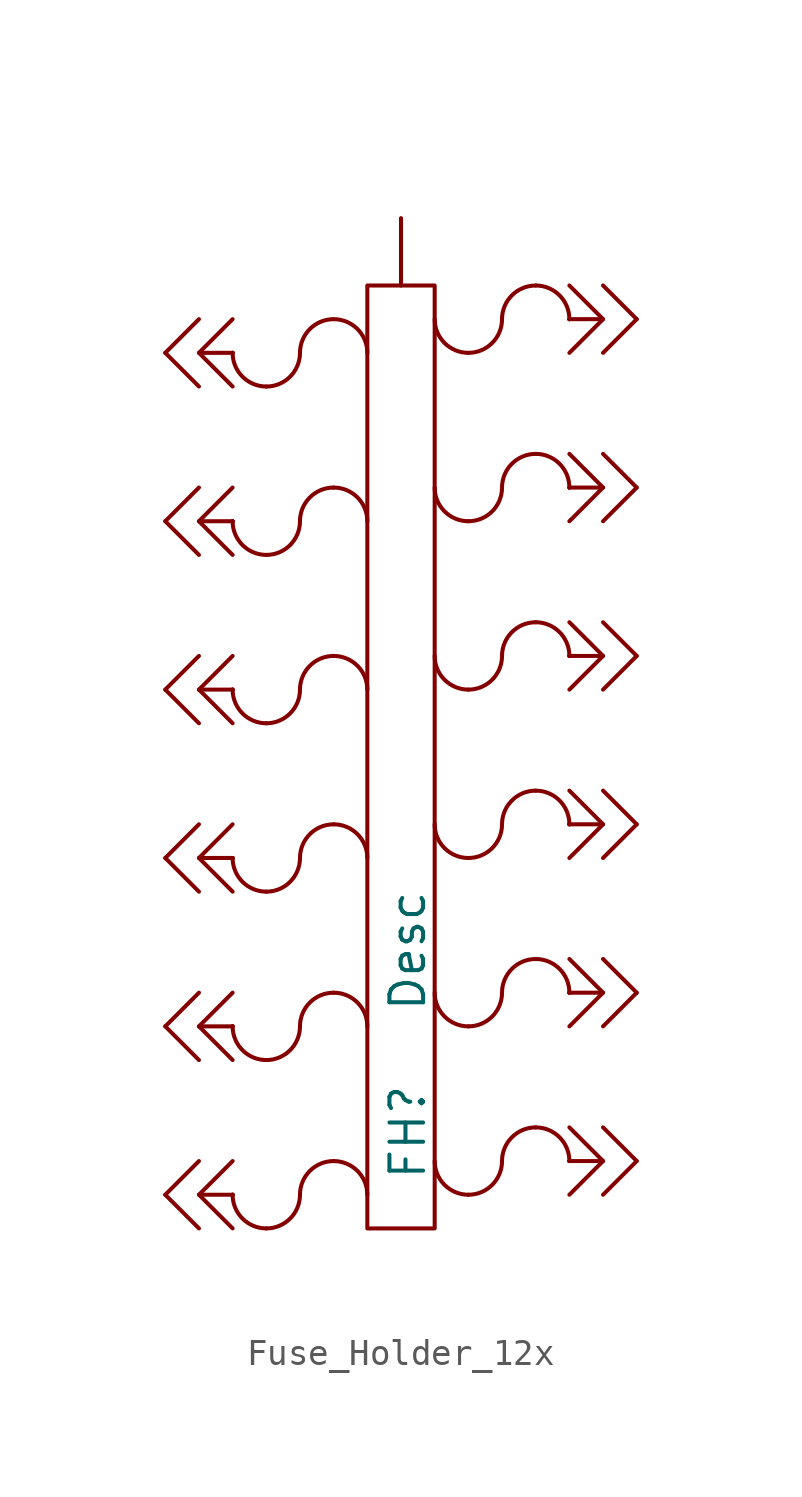
<source format=kicad_sym>
(kicad_symbol_lib
  (version 20231120)
  (generator "kicad_symbol_editor")
  (generator_version "8.0")
  (symbol "Fuse_Holder_12x"
    (pin_numbers hide)
    (pin_names
      (offset 0) hide)
    (property "Reference" "FH"
      (at 0.254 -16.002 90)
      (do_not_autoplace)
      (effects (font (size 1.27 1.27)) (justify left)))
    (property "Value" "Desc"
      (at 0.254 -9.652 90)
      (do_not_autoplace)
      (effects (font (size 1.27 1.27)) (justify left)))
    (symbol "Fuse_Holder_12x_0_1"
      (arc (start -6.35 -16.51) (mid -5.978 -17.408) (end -5.08 -17.78) (stroke (width 0) (type default)) (fill (type none)))
      (arc (start -6.35 -10.16) (mid -5.978 -11.058) (end -5.08 -11.43) (stroke (width 0) (type default)) (fill (type none)))
      (arc (start -6.35 -3.81) (mid -5.978 -4.708) (end -5.08 -5.08) (stroke (width 0) (type default)) (fill (type none)))
      (arc (start -6.35 2.54) (mid -5.978 1.642) (end -5.08 1.27) (stroke (width 0) (type default)) (fill (type none)))
      (arc (start -6.35 8.89) (mid -5.978 7.992) (end -5.08 7.62) (stroke (width 0) (type default)) (fill (type none)))
      (arc (start -6.35 15.24) (mid -5.978 14.342) (end -5.08 13.97) (stroke (width 0) (type default)) (fill (type none)))
      (arc (start -5.08 -17.78) (mid -4.182 -17.408) (end -3.81 -16.51) (stroke (width 0) (type default)) (fill (type none)))
      (arc (start -5.08 -11.43) (mid -4.182 -11.058) (end -3.81 -10.16) (stroke (width 0) (type default)) (fill (type none)))
      (arc (start -5.08 -5.08) (mid -4.182 -4.708) (end -3.81 -3.81) (stroke (width 0) (type default)) (fill (type none)))
      (arc (start -5.08 1.27) (mid -4.182 1.642) (end -3.81 2.54) (stroke (width 0) (type default)) (fill (type none)))
      (arc (start -5.08 7.62) (mid -4.182 7.992) (end -3.81 8.89) (stroke (width 0) (type default)) (fill (type none)))
      (arc (start -5.08 13.97) (mid -4.182 14.342) (end -3.81 15.24) (stroke (width 0) (type default)) (fill (type none)))
      (arc (start -2.54 -15.24) (mid -3.438 -15.612) (end -3.81 -16.51) (stroke (width 0) (type default)) (fill (type none)))
      (arc (start -2.54 -8.89) (mid -3.438 -9.262) (end -3.81 -10.16) (stroke (width 0) (type default)) (fill (type none)))
      (arc (start -2.54 -2.54) (mid -3.438 -2.912) (end -3.81 -3.81) (stroke (width 0) (type default)) (fill (type none)))
      (arc (start -2.54 3.81) (mid -3.438 3.438) (end -3.81 2.54) (stroke (width 0) (type default)) (fill (type none)))
      (arc (start -2.54 10.16) (mid -3.438 9.788) (end -3.81 8.89) (stroke (width 0) (type default)) (fill (type none)))
      (arc (start -2.54 16.51) (mid -3.438 16.138) (end -3.81 15.24) (stroke (width 0) (type default)) (fill (type none)))
      (arc (start -1.27 -16.51) (mid -1.642 -15.612) (end -2.54 -15.24) (stroke (width 0) (type default)) (fill (type none)))
      (arc (start -1.27 -10.16) (mid -1.642 -9.262) (end -2.54 -8.89) (stroke (width 0) (type default)) (fill (type none)))
      (arc (start -1.27 -3.81) (mid -1.642 -2.912) (end -2.54 -2.54) (stroke (width 0) (type default)) (fill (type none)))
      (arc (start -1.27 2.54) (mid -1.642 3.438) (end -2.54 3.81) (stroke (width 0) (type default)) (fill (type none)))
      (arc (start -1.27 8.89) (mid -1.642 9.788) (end -2.54 10.16) (stroke (width 0) (type default)) (fill (type none)))
      (arc (start -1.27 15.24) (mid -1.642 16.138) (end -2.54 16.51) (stroke (width 0) (type default)) (fill (type none)))
      (rectangle (start -1.27 17.78) (end 1.27 -17.78) (stroke (width 0) (type default)) (fill (type none)))
      (polyline (pts (xy -7.62 -15.24) (xy -8.89 -16.51) (xy -7.62 -17.78)) (stroke (width 0) (type default)) (fill (type none)))
      (polyline (pts (xy -7.62 -8.89) (xy -8.89 -10.16) (xy -7.62 -11.43)) (stroke (width 0) (type default)) (fill (type none)))
      (polyline (pts (xy -7.62 -2.54) (xy -8.89 -3.81) (xy -7.62 -5.08)) (stroke (width 0) (type default)) (fill (type none)))
      (polyline (pts (xy -7.62 3.81) (xy -8.89 2.54) (xy -7.62 1.27)) (stroke (width 0) (type default)) (fill (type none)))
      (polyline (pts (xy -7.62 10.16) (xy -8.89 8.89) (xy -7.62 7.62)) (stroke (width 0) (type default)) (fill (type none)))
      (polyline (pts (xy -7.62 16.51) (xy -8.89 15.24) (xy -7.62 13.97)) (stroke (width 0) (type default)) (fill (type none)))
      (polyline (pts (xy -6.35 -15.24) (xy -7.62 -16.51) (xy -6.35 -17.78)) (stroke (width 0) (type default)) (fill (type none)))
      (polyline (pts (xy -6.35 -8.89) (xy -7.62 -10.16) (xy -6.35 -11.43)) (stroke (width 0) (type default)) (fill (type none)))
      (polyline (pts (xy -6.35 -2.54) (xy -7.62 -3.81) (xy -6.35 -5.08)) (stroke (width 0) (type default)) (fill (type none)))
      (polyline (pts (xy -6.35 3.81) (xy -7.62 2.54) (xy -6.35 1.27)) (stroke (width 0) (type default)) (fill (type none)))
      (polyline (pts (xy -6.35 10.16) (xy -7.62 8.89) (xy -6.35 7.62)) (stroke (width 0) (type default)) (fill (type none)))
      (polyline (pts (xy -6.35 16.51) (xy -7.62 15.24) (xy -6.35 13.97)) (stroke (width 0) (type default)) (fill (type none)))
      (polyline (pts (xy 6.35 -16.51) (xy 7.62 -15.24) (xy 6.35 -13.97)) (stroke (width 0) (type default)) (fill (type none)))
      (polyline (pts (xy 6.35 -10.16) (xy 7.62 -8.89) (xy 6.35 -7.62)) (stroke (width 0) (type default)) (fill (type none)))
      (polyline (pts (xy 6.35 -3.81) (xy 7.62 -2.54) (xy 6.35 -1.27)) (stroke (width 0) (type default)) (fill (type none)))
      (polyline (pts (xy 6.35 2.54) (xy 7.62 3.81) (xy 6.35 5.08)) (stroke (width 0) (type default)) (fill (type none)))
      (polyline (pts (xy 6.35 8.89) (xy 7.62 10.16) (xy 6.35 11.43)) (stroke (width 0) (type default)) (fill (type none)))
      (polyline (pts (xy 6.35 15.24) (xy 7.62 16.51) (xy 6.35 17.78)) (stroke (width 0) (type default)) (fill (type none)))
      (polyline (pts (xy 7.62 -16.51) (xy 8.89 -15.24) (xy 7.62 -13.97)) (stroke (width 0) (type default)) (fill (type none)))
      (polyline (pts (xy 7.62 -10.16) (xy 8.89 -8.89) (xy 7.62 -7.62)) (stroke (width 0) (type default)) (fill (type none)))
      (polyline (pts (xy 7.62 -3.81) (xy 8.89 -2.54) (xy 7.62 -1.27)) (stroke (width 0) (type default)) (fill (type none)))
      (polyline (pts (xy 7.62 2.54) (xy 8.89 3.81) (xy 7.62 5.08)) (stroke (width 0) (type default)) (fill (type none)))
      (polyline (pts (xy 7.62 8.89) (xy 8.89 10.16) (xy 7.62 11.43)) (stroke (width 0) (type default)) (fill (type none)))
      (polyline (pts (xy 7.62 15.24) (xy 8.89 16.51) (xy 7.62 17.78)) (stroke (width 0) (type default)) (fill (type none)))
      (arc (start 1.27 -15.24) (mid 1.642 -16.138) (end 2.54 -16.51) (stroke (width 0) (type default)) (fill (type none)))
      (arc (start 1.27 -8.89) (mid 1.642 -9.788) (end 2.54 -10.16) (stroke (width 0) (type default)) (fill (type none)))
      (arc (start 1.27 -2.54) (mid 1.642 -3.438) (end 2.54 -3.81) (stroke (width 0) (type default)) (fill (type none)))
      (arc (start 1.27 3.81) (mid 1.642 2.912) (end 2.54 2.54) (stroke (width 0) (type default)) (fill (type none)))
      (arc (start 1.27 10.16) (mid 1.642 9.262) (end 2.54 8.89) (stroke (width 0) (type default)) (fill (type none)))
      (arc (start 1.27 16.51) (mid 1.642 15.612) (end 2.54 15.24) (stroke (width 0) (type default)) (fill (type none)))
      (arc (start 2.54 -16.51) (mid 3.438 -16.138) (end 3.81 -15.24) (stroke (width 0) (type default)) (fill (type none)))
      (arc (start 2.54 -10.16) (mid 3.438 -9.788) (end 3.81 -8.89) (stroke (width 0) (type default)) (fill (type none)))
      (arc (start 2.54 -3.81) (mid 3.438 -3.438) (end 3.81 -2.54) (stroke (width 0) (type default)) (fill (type none)))
      (arc (start 2.54 2.54) (mid 3.438 2.912) (end 3.81 3.81) (stroke (width 0) (type default)) (fill (type none)))
      (arc (start 2.54 8.89) (mid 3.438 9.262) (end 3.81 10.16) (stroke (width 0) (type default)) (fill (type none)))
      (arc (start 2.54 15.24) (mid 3.438 15.612) (end 3.81 16.51) (stroke (width 0) (type default)) (fill (type none)))
      (arc (start 5.08 -13.97) (mid 4.182 -14.342) (end 3.81 -15.24) (stroke (width 0) (type default)) (fill (type none)))
      (arc (start 5.08 -7.62) (mid 4.182 -7.992) (end 3.81 -8.89) (stroke (width 0) (type default)) (fill (type none)))
      (arc (start 5.08 -1.27) (mid 4.182 -1.642) (end 3.81 -2.54) (stroke (width 0) (type default)) (fill (type none)))
      (arc (start 5.08 5.08) (mid 4.182 4.708) (end 3.81 3.81) (stroke (width 0) (type default)) (fill (type none)))
      (arc (start 5.08 11.43) (mid 4.182 11.058) (end 3.81 10.16) (stroke (width 0) (type default)) (fill (type none)))
      (arc (start 5.08 17.78) (mid 4.182 17.408) (end 3.81 16.51) (stroke (width 0) (type default)) (fill (type none)))
      (arc (start 6.35 -15.24) (mid 5.978 -14.342) (end 5.08 -13.97) (stroke (width 0) (type default)) (fill (type none)))
      (arc (start 6.35 -8.89) (mid 5.978 -7.992) (end 5.08 -7.62) (stroke (width 0) (type default)) (fill (type none)))
      (arc (start 6.35 -2.54) (mid 5.978 -1.642) (end 5.08 -1.27) (stroke (width 0) (type default)) (fill (type none)))
      (arc (start 6.35 3.81) (mid 5.978 4.708) (end 5.08 5.08) (stroke (width 0) (type default)) (fill (type none)))
      (arc (start 6.35 10.16) (mid 5.978 11.058) (end 5.08 11.43) (stroke (width 0) (type default)) (fill (type none)))
      (arc (start 6.35 16.51) (mid 5.978 17.408) (end 5.08 17.78) (stroke (width 0) (type default)) (fill (type none))))
    (symbol "Fuse_Holder_12x_1_1"
      (polyline (pts (xy -7.62 -16.51) (xy -6.35 -16.51)) (stroke (width 0) (type default)) (fill (type none)))
      (polyline (pts (xy -7.62 -10.16) (xy -6.35 -10.16)) (stroke (width 0) (type default)) (fill (type none)))
      (polyline (pts (xy -7.62 -3.81) (xy -6.35 -3.81)) (stroke (width 0) (type default)) (fill (type none)))
      (polyline (pts (xy -7.62 2.54) (xy -6.35 2.54)) (stroke (width 0) (type default)) (fill (type none)))
      (polyline (pts (xy -7.62 8.89) (xy -6.35 8.89)) (stroke (width 0) (type default)) (fill (type none)))
      (polyline (pts (xy -7.62 15.24) (xy -6.35 15.24)) (stroke (width 0) (type default)) (fill (type none)))
      (polyline (pts (xy -6.35 -16.51) (xy -6.35 -16.51)) (stroke (width 0) (type default)) (fill (type none)))
      (polyline (pts (xy -6.35 -16.51) (xy -6.35 -16.51)) (stroke (width 0) (type default)) (fill (type none)))
      (polyline (pts (xy -6.35 -10.16) (xy -6.35 -10.16)) (stroke (width 0) (type default)) (fill (type none)))
      (polyline (pts (xy -6.35 -10.16) (xy -6.35 -10.16)) (stroke (width 0) (type default)) (fill (type none)))
      (polyline (pts (xy -6.35 -3.81) (xy -6.35 -3.81)) (stroke (width 0) (type default)) (fill (type none)))
      (polyline (pts (xy -6.35 -3.81) (xy -6.35 -3.81)) (stroke (width 0) (type default)) (fill (type none)))
      (polyline (pts (xy -6.35 2.54) (xy -6.35 2.54)) (stroke (width 0) (type default)) (fill (type none)))
      (polyline (pts (xy -6.35 2.54) (xy -6.35 2.54)) (stroke (width 0) (type default)) (fill (type none)))
      (polyline (pts (xy -6.35 8.89) (xy -6.35 8.89)) (stroke (width 0) (type default)) (fill (type none)))
      (polyline (pts (xy -6.35 8.89) (xy -6.35 8.89)) (stroke (width 0) (type default)) (fill (type none)))
      (polyline (pts (xy -6.35 15.24) (xy -6.35 15.24)) (stroke (width 0) (type default)) (fill (type none)))
      (polyline (pts (xy -6.35 15.24) (xy -6.35 15.24)) (stroke (width 0) (type default)) (fill (type none)))
      (polyline (pts (xy 6.35 -15.24) (xy 6.35 -15.24)) (stroke (width 0) (type default)) (fill (type none)))
      (polyline (pts (xy 6.35 -15.24) (xy 6.35 -15.24)) (stroke (width 0) (type default)) (fill (type none)))
      (polyline (pts (xy 6.35 -8.89) (xy 6.35 -8.89)) (stroke (width 0) (type default)) (fill (type none)))
      (polyline (pts (xy 6.35 -8.89) (xy 6.35 -8.89)) (stroke (width 0) (type default)) (fill (type none)))
      (polyline (pts (xy 6.35 -2.54) (xy 6.35 -2.54)) (stroke (width 0) (type default)) (fill (type none)))
      (polyline (pts (xy 6.35 -2.54) (xy 6.35 -2.54)) (stroke (width 0) (type default)) (fill (type none)))
      (polyline (pts (xy 6.35 3.81) (xy 6.35 3.81)) (stroke (width 0) (type default)) (fill (type none)))
      (polyline (pts (xy 6.35 3.81) (xy 6.35 3.81)) (stroke (width 0) (type default)) (fill (type none)))
      (polyline (pts (xy 6.35 10.16) (xy 6.35 10.16)) (stroke (width 0) (type default)) (fill (type none)))
      (polyline (pts (xy 6.35 10.16) (xy 6.35 10.16)) (stroke (width 0) (type default)) (fill (type none)))
      (polyline (pts (xy 6.35 16.51) (xy 6.35 16.51)) (stroke (width 0) (type default)) (fill (type none)))
      (polyline (pts (xy 6.35 16.51) (xy 6.35 16.51)) (stroke (width 0) (type default)) (fill (type none)))
      (polyline (pts (xy 7.62 -15.24) (xy 6.35 -15.24)) (stroke (width 0) (type default)) (fill (type none)))
      (polyline (pts (xy 7.62 -8.89) (xy 6.35 -8.89)) (stroke (width 0) (type default)) (fill (type none)))
      (polyline (pts (xy 7.62 -2.54) (xy 6.35 -2.54)) (stroke (width 0) (type default)) (fill (type none)))
      (polyline (pts (xy 7.62 3.81) (xy 6.35 3.81)) (stroke (width 0) (type default)) (fill (type none)))
      (polyline (pts (xy 7.62 10.16) (xy 6.35 10.16)) (stroke (width 0) (type default)) (fill (type none)))
      (polyline (pts (xy 7.62 16.51) (xy 6.35 16.51)) (stroke (width 0) (type default)) (fill (type none)))
      (pin passive line (at 0 20.32 270) (length 2.54) (name "Pwr" (effects (font (size 1.27 1.27)))) (number "1" (effects (font (size 1.27 1.27)))))
      (pin passive line (at -8.89 -16.51 0) (length 0) (name "Desc" (effects (font (size 1.27 1.27)))) (number "Val_A" (effects (font (size 1.27 1.27)))))
      (pin passive line (at -8.89 -10.16 0) (length 0) (name "Desc" (effects (font (size 1.27 1.27)))) (number "Val_A" (effects (font (size 1.27 1.27)))))
      (pin passive line (at -8.89 -3.81 0) (length 0) (name "Desc" (effects (font (size 1.27 1.27)))) (number "Val_A" (effects (font (size 1.27 1.27)))))
      (pin passive line (at -8.89 2.54 0) (length 0) (name "Desc" (effects (font (size 1.27 1.27)))) (number "Val_A" (effects (font (size 1.27 1.27)))))
      (pin passive line (at -8.89 8.89 0) (length 0) (name "Desc" (effects (font (size 1.27 1.27)))) (number "Val_A" (effects (font (size 1.27 1.27)))))
      (pin passive line (at -8.89 15.24 0) (length 0) (name "Desc" (effects (font (size 1.27 1.27)))) (number "Val_A" (effects (font (size 1.27 1.27)))))
      (pin passive line (at 8.89 -15.24 180) (length 0) (name "Desc" (effects (font (size 1.27 1.27)))) (number "Val_A" (effects (font (size 1.27 1.27)))))
      (pin passive line (at 8.89 -8.89 180) (length 0) (name "Desc" (effects (font (size 1.27 1.27)))) (number "Val_A" (effects (font (size 1.27 1.27)))))
      (pin passive line (at 8.89 -2.54 180) (length 0) (name "Desc" (effects (font (size 1.27 1.27)))) (number "Val_A" (effects (font (size 1.27 1.27)))))
      (pin passive line (at 8.89 3.81 180) (length 0) (name "Desc" (effects (font (size 1.27 1.27)))) (number "Val_A" (effects (font (size 1.27 1.27)))))
      (pin passive line (at 8.89 10.16 180) (length 0) (name "Desc" (effects (font (size 1.27 1.27)))) (number "Val_A" (effects (font (size 1.27 1.27)))))
      (pin passive line (at 8.89 16.51 180) (length 0) (name "Desc" (effects (font (size 1.27 1.27)))) (number "Val_A" (effects (font (size 1.27 1.27))))))))
</source>
